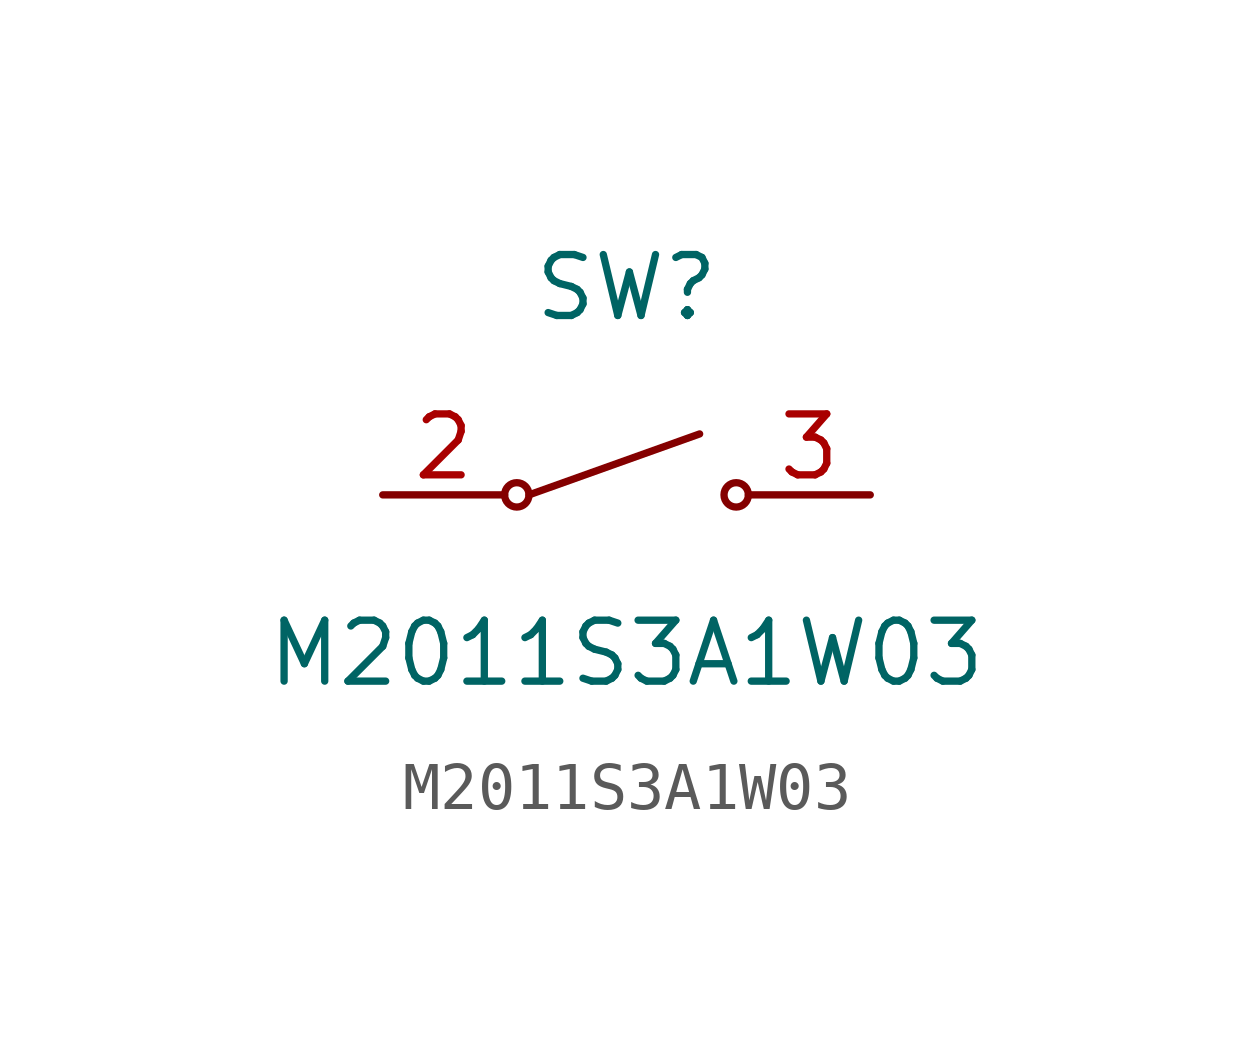
<source format=kicad_sym>
(kicad_symbol_lib
  (version 20241209)
  (generator "kicad_symbol_editor")
  (generator_version "9.0")
  (symbol "M2011S3A1W03"
    (pin_names
      (offset 0)
      (hide yes))
    (property "Reference" "SW"
      (at 0 4.318 0)
      (effects (font (size 1.27 1.27))))
    (property "Value" "M2011S3A1W03"
      (at 0 -3.302 0)
      (effects (font (size 1.27 1.27))))
    (symbol "M2011S3A1W03_0_1"
      (circle (center -2.286 0) (radius 0.254) (stroke (width 0) (type default)) (fill (type none)))
      (polyline (pts (xy -2.032 0) (xy 1.524 1.27)) (stroke (width 0) (type default)) (fill (type none)))
      (circle (center 2.286 0) (radius 0.254) (stroke (width 0) (type default)) (fill (type none))))
    (symbol "M2011S3A1W03_1_1"
      (pin passive line (at -5.08 0 0) (length 2.54) (name "A" (effects (font (size 1.27 1.27)))) (number "2" (effects (font (size 1.27 1.27)))))
      (pin passive line (at 5.08 0 180) (length 2.54) (name "B" (effects (font (size 1.27 1.27)))) (number "3" (effects (font (size 1.27 1.27))))))))
</source>
